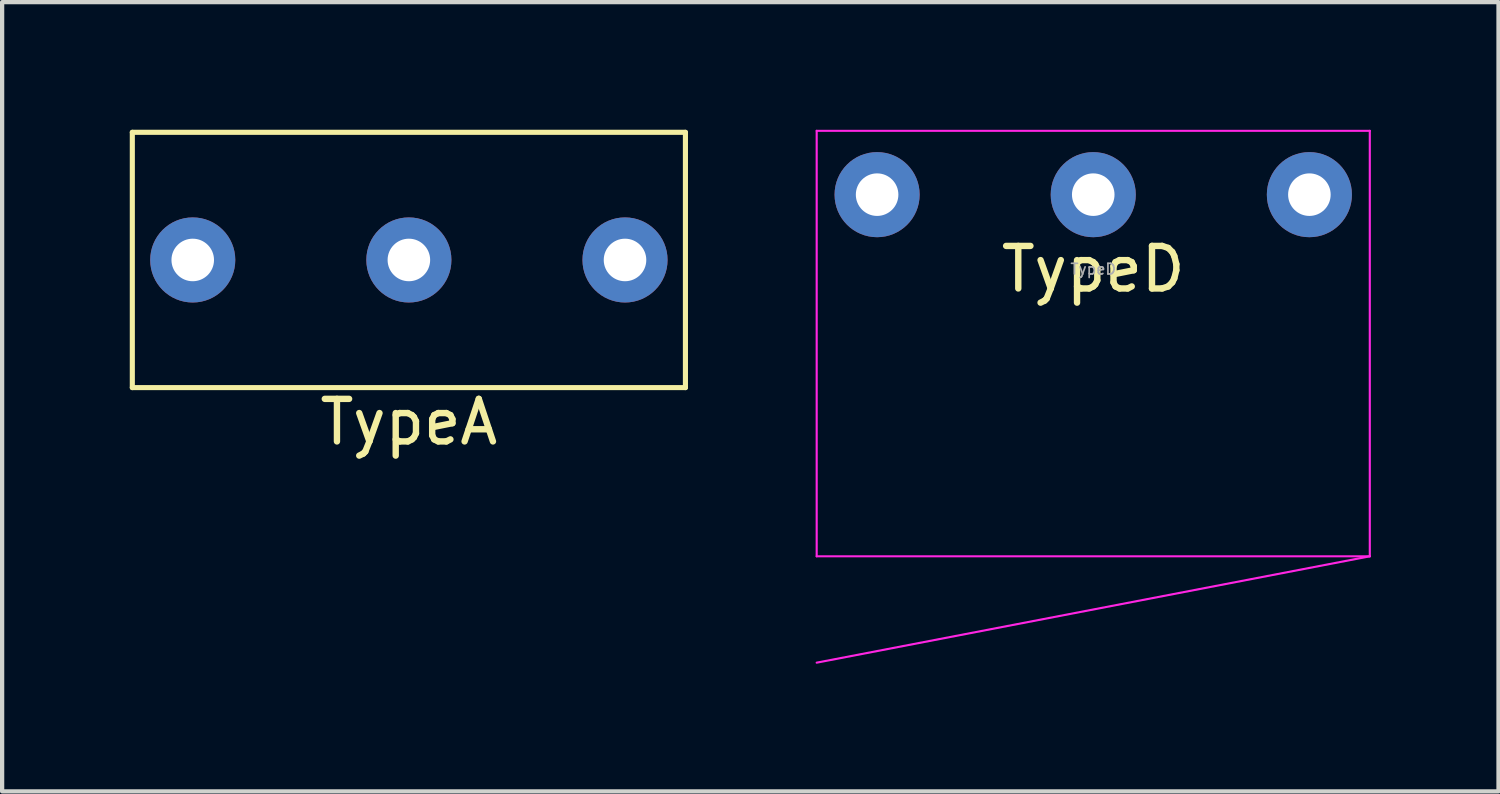
<source format=kicad_pcb>
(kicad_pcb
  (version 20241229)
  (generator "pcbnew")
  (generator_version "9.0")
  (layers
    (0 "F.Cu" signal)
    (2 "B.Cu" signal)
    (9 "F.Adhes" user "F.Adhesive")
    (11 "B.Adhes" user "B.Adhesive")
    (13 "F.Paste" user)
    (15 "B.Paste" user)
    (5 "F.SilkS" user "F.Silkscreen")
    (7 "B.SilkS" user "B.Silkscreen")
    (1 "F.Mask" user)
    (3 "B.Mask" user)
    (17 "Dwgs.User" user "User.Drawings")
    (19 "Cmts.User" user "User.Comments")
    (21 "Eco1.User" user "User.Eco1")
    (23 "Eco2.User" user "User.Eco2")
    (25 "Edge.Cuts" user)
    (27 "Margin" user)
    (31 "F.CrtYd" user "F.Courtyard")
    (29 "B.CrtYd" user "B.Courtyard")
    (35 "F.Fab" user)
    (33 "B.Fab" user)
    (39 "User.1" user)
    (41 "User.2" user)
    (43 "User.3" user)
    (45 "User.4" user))
  (footprint "TypeD"
    (layer "F.Cu")
    (at 22.645 1.525)
    (property "Reference" "TypeD" (at 0 1.75 0) (layer "F.SilkS") (effects (font (size 1 1) (thickness 0.15))))
    (attr through_hole)
    (fp_line (start -6.5 -1.5) (end -6.5 8.5) (stroke (width 0.05) (type solid)) (layer "F.CrtYd"))
    (fp_line (start -6.5 -1.5) (end 6.5 -1.5) (stroke (width 0.05) (type solid)) (layer "F.CrtYd"))
    (fp_line (start -6.5 8.5) (end 6.5 8.5) (stroke (width 0.05) (type solid)) (layer "F.CrtYd"))
    (fp_line (start 6.5 -1.5) (end 6.5 8.5) (stroke (width 0.05) (type solid)) (layer "F.CrtYd"))
    (fp_line (start 6.5 8.5) (end -6.5 11) (stroke (width 0.05) (type solid)) (layer "F.CrtYd"))
    (fp_text user "${REFERENCE}" (at 0 1.75 0) (layer "F.Fab") (effects (font (size 0.25 0.25) (thickness 0.04))))
    (pad "1" thru_hole circle (at 5.08 0) (size 2 2) (drill 1) (layers "*.Cu" "*.Mask"))
    (pad "2" thru_hole circle (at 0 0) (size 2 2) (drill 1) (layers "*.Cu" "*.Mask"))
    (pad "3" thru_hole circle (at -5.08 0) (size 2 2) (drill 1) (layers "*.Cu" "*.Mask")))
  (footprint "TypeA"
    (layer "F.Cu")
    (at 6.56 3.06)
    (property "Reference" "TypeA" (at 0 3.81 0) (layer "F.SilkS") (effects (font (size 1 1) (thickness 0.15))))
    (attr through_hole)
    (fp_line (start -6.5 -3) (end -6.5 3) (stroke (width 0.12) (type solid)) (layer "F.SilkS"))
    (fp_line (start -6.5 -3) (end 6.5 -3) (stroke (width 0.12) (type solid)) (layer "F.SilkS"))
    (fp_line (start -6.5 3) (end 6.5 3) (stroke (width 0.12) (type solid)) (layer "F.SilkS"))
    (fp_line (start 6.5 -3) (end 6.5 3) (stroke (width 0.12) (type solid)) (layer "F.SilkS"))
    (pad "1" thru_hole circle (at -5.08 0) (size 2 2) (drill 1) (layers "*.Cu" "*.Mask"))
    (pad "2" thru_hole circle (at 0 0) (size 2 2) (drill 1) (layers "*.Cu" "*.Mask"))
    (pad "3" thru_hole circle (at 5.08 0) (size 2 2) (drill 1) (layers "*.Cu" "*.Mask")))
  (gr_rect
    (start -3 -3)
    (end 32.17 15.55)
    (stroke (width 0.1) (type default))
    (fill no)
    (layer "Edge.Cuts")))
</source>
